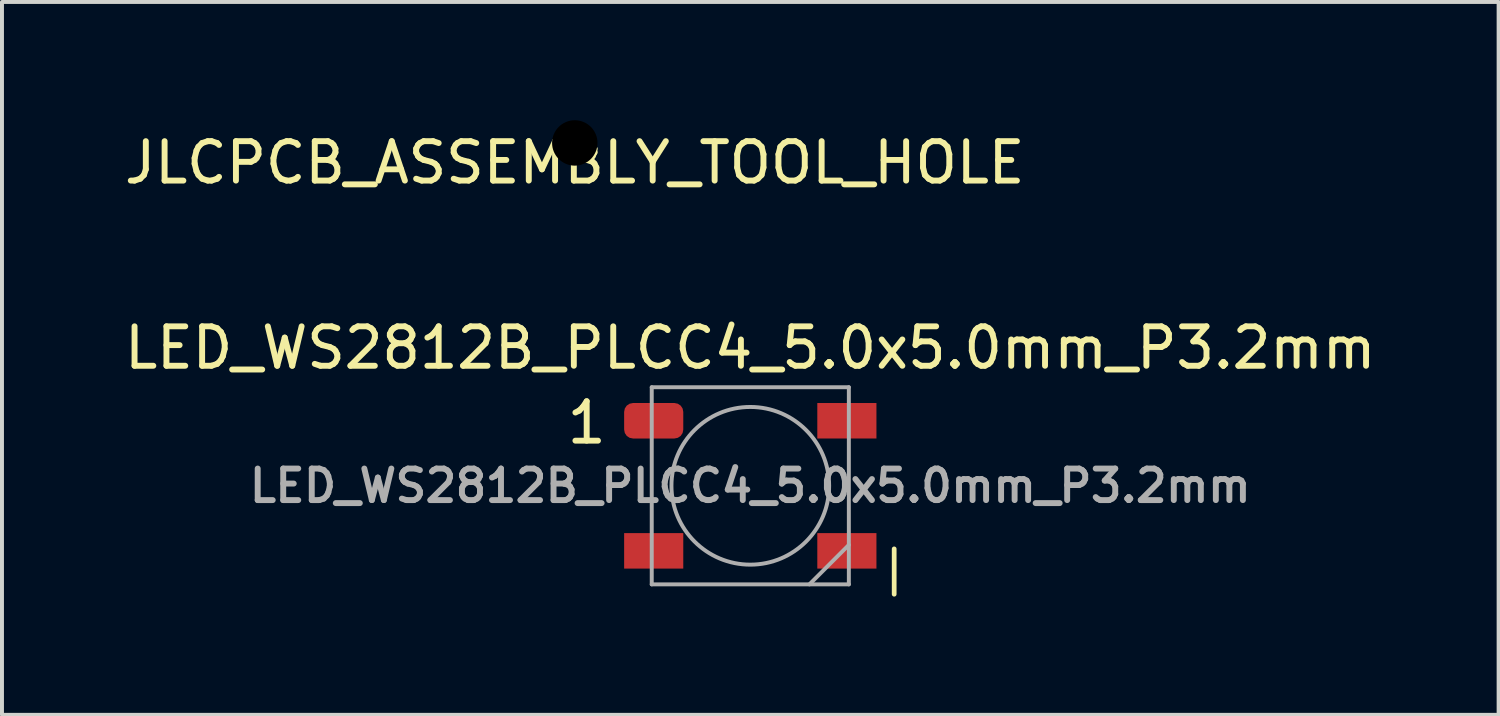
<source format=kicad_pcb>
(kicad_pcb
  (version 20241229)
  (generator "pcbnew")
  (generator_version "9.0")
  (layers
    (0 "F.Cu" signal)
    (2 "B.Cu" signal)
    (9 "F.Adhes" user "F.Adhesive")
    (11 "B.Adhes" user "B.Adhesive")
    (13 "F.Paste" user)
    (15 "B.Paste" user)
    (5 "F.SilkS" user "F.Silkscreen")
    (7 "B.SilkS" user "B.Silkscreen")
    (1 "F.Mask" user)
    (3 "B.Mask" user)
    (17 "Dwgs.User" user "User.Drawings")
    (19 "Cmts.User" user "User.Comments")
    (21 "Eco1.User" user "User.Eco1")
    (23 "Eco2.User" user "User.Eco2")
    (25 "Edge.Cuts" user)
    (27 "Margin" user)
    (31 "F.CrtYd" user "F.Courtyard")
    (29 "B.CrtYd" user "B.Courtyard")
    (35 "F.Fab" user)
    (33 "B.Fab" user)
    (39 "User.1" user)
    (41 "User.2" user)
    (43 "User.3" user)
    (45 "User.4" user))
  (footprint "JLCPCB_ASSEMBLY_TOOL_HOLE"
    (layer "F.Cu")
    (at 11.53 0.576)
    (property "Reference" "JLCPCB_ASSEMBLY_TOOL_HOLE" (at 0 0.5 0) (layer "F.SilkS") (effects (font (size 1 1) (thickness 0.15))))
    (attr through_hole board_only exclude_from_pos_files exclude_from_bom)
    (pad "" np_thru_hole circle (at 0 0) (size 1.152 1.152) (drill 1.152) (layers "*.Mask")))
  (footprint "LED_WS2812B_PLCC4_5.0x5.0mm_P3.2mm"
    (layer "F.Cu")
    (at 15.982 9.273)
    (property "Reference" "LED_WS2812B_PLCC4_5.0x5.0mm_P3.2mm" (at 0 -3.5 0) (layer "F.SilkS") (effects (font (size 1 1) (thickness 0.15))))
    (attr smd)
    (fp_line (start 3.65 2.75) (end 3.65 1.6) (stroke (width 0.12) (type solid)) (layer "F.SilkS"))
    (fp_line (start -3.175 -2.159) (end -3.175 2.159) (stroke (width 0.05) (type default)) (layer "Margin"))
    (fp_line (start -3.175 2.159) (end -2.54 2.159) (stroke (width 0.05) (type default)) (layer "Margin"))
    (fp_line (start -2.54 -2.54) (end -2.54 -2.159) (stroke (width 0.05) (type default)) (layer "Margin"))
    (fp_line (start -2.54 -2.159) (end -3.175 -2.159) (stroke (width 0.05) (type default)) (layer "Margin"))
    (fp_line (start -2.54 2.159) (end -2.54 2.54) (stroke (width 0.05) (type default)) (layer "Margin"))
    (fp_line (start -2.54 2.54) (end 2.54 2.54) (stroke (width 0.05) (type default)) (layer "Margin"))
    (fp_line (start 2.54 -2.54) (end -2.54 -2.54) (stroke (width 0.05) (type default)) (layer "Margin"))
    (fp_line (start 2.54 -2.54) (end 2.54 -2.159) (stroke (width 0.05) (type default)) (layer "Margin"))
    (fp_line (start 2.54 -2.159) (end 3.175 -2.159) (stroke (width 0.05) (type default)) (layer "Margin"))
    (fp_line (start 2.54 2.159) (end 3.175 2.159) (stroke (width 0.05) (type default)) (layer "Margin"))
    (fp_line (start 2.54 2.54) (end 2.54 2.159) (stroke (width 0.05) (type default)) (layer "Margin"))
    (fp_line (start 3.175 2.159) (end 3.175 -2.159) (stroke (width 0.05) (type default)) (layer "Margin"))
    (fp_line (start -2.5 -2.5) (end -2.5 2.5) (stroke (width 0.1) (type solid)) (layer "F.Fab"))
    (fp_line (start -2.5 2.5) (end 2.5 2.5) (stroke (width 0.1) (type solid)) (layer "F.Fab"))
    (fp_line (start 2.5 -2.5) (end -2.5 -2.5) (stroke (width 0.1) (type solid)) (layer "F.Fab"))
    (fp_line (start 2.5 1.5) (end 1.5 2.5) (stroke (width 0.1) (type solid)) (layer "F.Fab"))
    (fp_line (start 2.5 2.5) (end 2.5 -2.5) (stroke (width 0.1) (type solid)) (layer "F.Fab"))
    (fp_circle (center 0 0) (end 0 -2) (stroke (width 0.1) (type solid)) (fill no) (layer "F.Fab"))
    (fp_text user "1" (at -4.15 -1.6 0) (layer "F.SilkS") (effects (font (size 1 1) (thickness 0.15))))
    (fp_text user "${REFERENCE}" (at 0 0 0) (layer "F.Fab") (effects (font (size 0.8 0.8) (thickness 0.15))))
    (pad "1" smd roundrect (at -2.45 -1.65) (size 1.5 0.9) (layers "F.Cu" "F.Mask" "F.Paste") (roundrect_rratio 0.25))
    (pad "2" smd rect (at -2.45 1.65) (size 1.5 0.9) (layers "F.Cu" "F.Mask" "F.Paste"))
    (pad "3" smd rect (at 2.45 1.65) (size 1.5 0.9) (layers "F.Cu" "F.Mask" "F.Paste"))
    (pad "4" smd rect (at 2.45 -1.65) (size 1.5 0.9) (layers "F.Cu" "F.Mask" "F.Paste")))
  (gr_rect
    (start -3 -3)
    (end 34.964 15.082)
    (stroke (width 0.1) (type default))
    (fill no)
    (layer "Edge.Cuts")))
</source>
